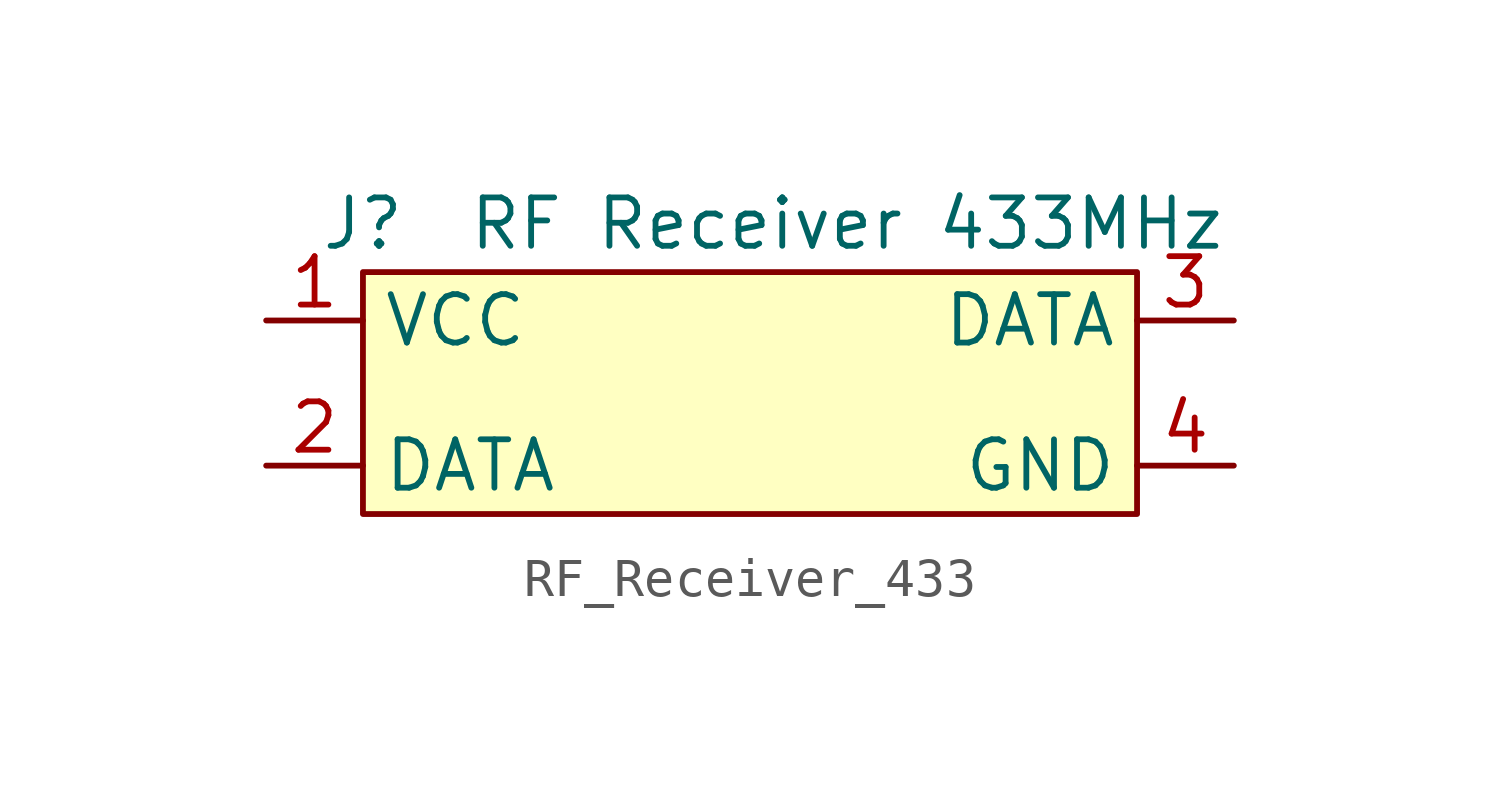
<source format=kicad_sym>
(kicad_symbol_lib
  (version 20220914)
  (generator kicad_symbol_editor)
  (symbol "RF_Receiver_433"
    (property "Reference" "J"
      (at -3.81 0 0)
      (effects (font (size 1.27 1.27))))
    (property "Value" "RF Receiver 433MHz"
      (at 8.89 0 0)
      (effects (font (size 1.27 1.27))))
    (symbol "RF_Receiver_433_1_1"
      (rectangle (start -3.81 -1.27) (end 16.51 -7.62) (stroke (width 0) (type default)) (fill (type background)))
      (pin power_in line (at -6.35 -2.54 0) (length 2.54) (name "VCC" (effects (font (size 1.27 1.27)))) (number "1" (effects (font (size 1.27 1.27)))))
      (pin output line (at -6.35 -6.35 0) (length 2.54) (name "DATA" (effects (font (size 1.27 1.27)))) (number "2" (effects (font (size 1.27 1.27)))))
      (pin output line (at 19.05 -2.54 180) (length 2.54) (name "DATA" (effects (font (size 1.27 1.27)))) (number "3" (effects (font (size 1.27 1.27)))))
      (pin power_in line (at 19.05 -6.35 180) (length 2.54) (name "GND" (effects (font (size 1.27 1.27)))) (number "4" (effects (font (size 1.27 1.27))))))))
</source>
